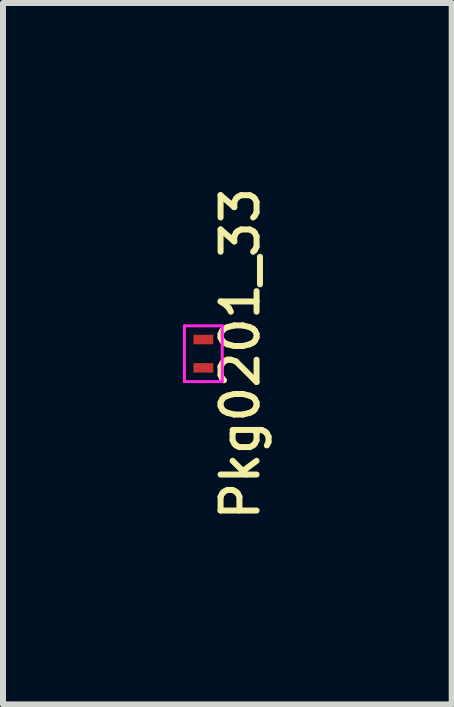
<source format=kicad_pcb>
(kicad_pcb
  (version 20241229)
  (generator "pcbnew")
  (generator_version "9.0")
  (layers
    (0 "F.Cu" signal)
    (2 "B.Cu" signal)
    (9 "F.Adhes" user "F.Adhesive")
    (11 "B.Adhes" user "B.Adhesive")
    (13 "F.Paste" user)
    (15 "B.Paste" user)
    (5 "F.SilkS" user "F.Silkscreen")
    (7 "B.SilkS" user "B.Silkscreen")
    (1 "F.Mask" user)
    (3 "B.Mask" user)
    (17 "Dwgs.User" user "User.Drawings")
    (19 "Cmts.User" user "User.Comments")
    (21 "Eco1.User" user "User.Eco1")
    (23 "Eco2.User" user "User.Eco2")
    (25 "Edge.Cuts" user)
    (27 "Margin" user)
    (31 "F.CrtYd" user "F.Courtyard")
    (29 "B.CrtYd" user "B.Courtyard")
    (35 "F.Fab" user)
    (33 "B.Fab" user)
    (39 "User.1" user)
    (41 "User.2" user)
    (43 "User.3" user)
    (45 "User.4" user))
  (footprint "Pkg0201_33"
    (layer "F.Cu")
    (at 0.34 2.847)
    (property "Reference" "Pkg0201_33" (at 0.615 0 90) (layer "F.SilkS") (effects (font (size 0.6 0.6) (thickness 0.1))))
    (fp_line (start -0.315 -0.465) (end -0.315 0.465) (stroke (width 0.05) (type solid)) (layer "F.CrtYd"))
    (fp_line (start -0.315 0.465) (end 0.315 0.465) (stroke (width 0.05) (type solid)) (layer "F.CrtYd"))
    (fp_line (start 0.315 -0.465) (end -0.315 -0.465) (stroke (width 0.05) (type solid)) (layer "F.CrtYd"))
    (fp_line (start 0.315 0.465) (end 0.315 -0.465) (stroke (width 0.05) (type solid)) (layer "F.CrtYd"))
    (pad "1" smd rect (at 0 -0.236) (size 0.33 0.158) (layers "F.Cu" "F.Mask" "F.Paste"))
    (pad "2" smd rect (at 0 0.236) (size 0.33 0.158) (layers "F.Cu" "F.Mask" "F.Paste")))
  (gr_rect
    (start -3 -3)
    (end 4.481 8.694)
    (stroke (width 0.1) (type default))
    (fill no)
    (layer "Edge.Cuts")))
</source>
